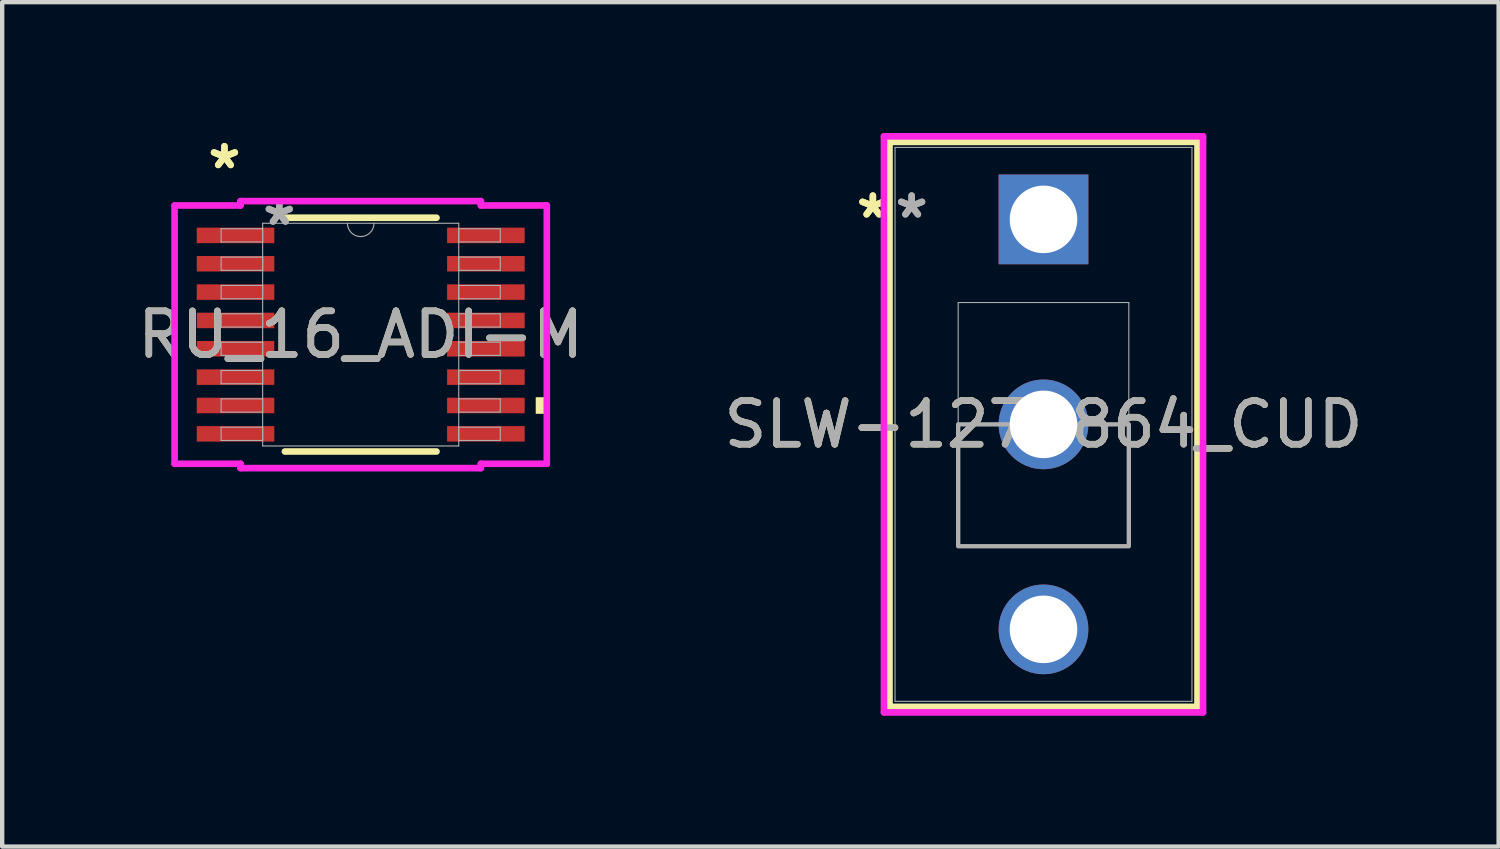
<source format=kicad_pcb>
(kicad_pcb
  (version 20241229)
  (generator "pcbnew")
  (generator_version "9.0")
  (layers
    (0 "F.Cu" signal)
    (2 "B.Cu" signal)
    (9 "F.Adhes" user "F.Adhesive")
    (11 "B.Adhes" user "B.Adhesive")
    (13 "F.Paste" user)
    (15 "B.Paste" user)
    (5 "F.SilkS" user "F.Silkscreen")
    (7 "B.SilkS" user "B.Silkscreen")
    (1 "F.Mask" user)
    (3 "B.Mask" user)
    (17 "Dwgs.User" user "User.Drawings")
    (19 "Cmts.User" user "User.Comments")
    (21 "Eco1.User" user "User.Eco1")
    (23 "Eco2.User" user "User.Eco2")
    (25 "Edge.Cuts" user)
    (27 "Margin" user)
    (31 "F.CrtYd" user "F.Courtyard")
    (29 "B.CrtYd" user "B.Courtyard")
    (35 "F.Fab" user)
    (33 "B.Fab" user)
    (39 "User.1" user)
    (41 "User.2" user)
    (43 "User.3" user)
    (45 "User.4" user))
  (footprint "SLW-1276864_CUD"
    (layer "F.Cu")
    (at 20.875 1.98)
    (property "Reference" "SLW-1276864_CUD" (at 0 4.7 0) (unlocked yes) (layer "F.SilkS") (effects (font (size 1 1) (thickness 0.15))))
    (attr through_hole)
    (fp_line (start -3.531 -1.777) (end -3.531 11.177) (stroke (width 0.152) (type solid)) (layer "F.SilkS"))
    (fp_line (start -3.531 11.177) (end 3.531 11.177) (stroke (width 0.152) (type solid)) (layer "F.SilkS"))
    (fp_line (start 3.531 -1.777) (end -3.531 -1.777) (stroke (width 0.152) (type solid)) (layer "F.SilkS"))
    (fp_line (start 3.531 11.177) (end 3.531 -1.777) (stroke (width 0.152) (type solid)) (layer "F.SilkS"))
    (fp_line (start -3.658 -1.904) (end -3.658 11.304) (stroke (width 0.152) (type solid)) (layer "F.CrtYd"))
    (fp_line (start -3.658 11.304) (end 3.658 11.304) (stroke (width 0.152) (type solid)) (layer "F.CrtYd"))
    (fp_line (start 3.658 -1.904) (end -3.658 -1.904) (stroke (width 0.152) (type solid)) (layer "F.CrtYd"))
    (fp_line (start 3.658 11.304) (end 3.658 -1.904) (stroke (width 0.152) (type solid)) (layer "F.CrtYd"))
    (fp_line (start -3.404 -1.65) (end -3.404 11.05) (stroke (width 0.025) (type solid)) (layer "F.Fab"))
    (fp_line (start -3.404 11.05) (end 3.404 11.05) (stroke (width 0.025) (type solid)) (layer "F.Fab"))
    (fp_line (start -1.956 1.906) (end 1.956 1.906) (stroke (width 0.025) (type solid)) (layer "F.Fab"))
    (fp_line (start -1.956 7.494) (end -1.956 1.906) (stroke (width 0.025) (type solid)) (layer "F.Fab"))
    (fp_line (start 1.956 1.906) (end 1.956 7.494) (stroke (width 0.025) (type solid)) (layer "F.Fab"))
    (fp_line (start 1.956 7.494) (end -1.956 7.494) (stroke (width 0.025) (type solid)) (layer "F.Fab"))
    (fp_line (start 3.404 -1.65) (end -3.404 -1.65) (stroke (width 0.025) (type solid)) (layer "F.Fab"))
    (fp_line (start 3.404 11.05) (end 3.404 -1.65) (stroke (width 0.025) (type solid)) (layer "F.Fab"))
    (fp_poly (pts (xy -1.956 7.494) (xy -1.956 4.7) (xy 1.956 4.7) (xy 1.956 7.494)) (stroke (width 0.1) (type solid)) (fill no) (layer "F.Fab"))
    (fp_text user "*" (at -3.912 0 0) (layer "F.SilkS") (effects (font (size 1 1) (thickness 0.15))))
    (fp_text user "*" (at -3.912 0 0) (unlocked yes) (layer "F.SilkS") (effects (font (size 1 1) (thickness 0.15))))
    (fp_text user "${REFERENCE}" (at 0 4.7 0) (unlocked yes) (layer "F.Fab") (effects (font (size 1 1) (thickness 0.15))))
    (fp_text user "*" (at -3.023 0 0) (layer "F.Fab") (effects (font (size 1 1) (thickness 0.15))))
    (fp_text user "*" (at -3.023 0 0) (unlocked yes) (layer "F.Fab") (effects (font (size 1 1) (thickness 0.15))))
    (pad "1" thru_hole rect (at 0 0) (size 2.057 2.057) (drill 1.549) (layers "*.Cu" "*.Mask"))
    (pad "2" thru_hole circle (at 0 4.7) (size 2.057 2.057) (drill 1.549) (layers "*.Cu" "*.Mask"))
    (pad "3" thru_hole circle (at 0 9.4) (size 2.057 2.057) (drill 1.549) (layers "*.Cu" "*.Mask")))
  (footprint "RU_16_ADI-M"
    (layer "F.Cu")
    (at 5.22 4.622)
    (property "Reference" "RU_16_ADI-M" (at 0 0 0) (unlocked yes) (layer "F.SilkS") (effects (font (size 1 1) (thickness 0.15))))
    (attr smd)
    (fp_line (start -1.738 2.68) (end 1.738 2.68) (stroke (width 0.152) (type solid)) (layer "F.SilkS"))
    (fp_line (start 1.738 -2.68) (end -1.738 -2.68) (stroke (width 0.152) (type solid)) (layer "F.SilkS"))
    (fp_poly (pts (xy 4.267 1.435) (xy 4.267 1.816) (xy 4.013 1.816) (xy 4.013 1.435)) (stroke (width 0) (type solid)) (fill yes) (layer "F.SilkS"))
    (fp_line (start -4.267 -2.961) (end -2.756 -2.961) (stroke (width 0.152) (type solid)) (layer "F.CrtYd"))
    (fp_line (start -4.267 2.961) (end -4.267 -2.961) (stroke (width 0.152) (type solid)) (layer "F.CrtYd"))
    (fp_line (start -4.267 2.961) (end -2.756 2.961) (stroke (width 0.152) (type solid)) (layer "F.CrtYd"))
    (fp_line (start -2.756 -3.061) (end 2.756 -3.061) (stroke (width 0.152) (type solid)) (layer "F.CrtYd"))
    (fp_line (start -2.756 -2.961) (end -2.756 -3.061) (stroke (width 0.152) (type solid)) (layer "F.CrtYd"))
    (fp_line (start -2.756 3.061) (end -2.756 2.961) (stroke (width 0.152) (type solid)) (layer "F.CrtYd"))
    (fp_line (start 2.756 -3.061) (end 2.756 -2.961) (stroke (width 0.152) (type solid)) (layer "F.CrtYd"))
    (fp_line (start 2.756 2.961) (end 2.756 3.061) (stroke (width 0.152) (type solid)) (layer "F.CrtYd"))
    (fp_line (start 2.756 3.061) (end -2.756 3.061) (stroke (width 0.152) (type solid)) (layer "F.CrtYd"))
    (fp_line (start 4.267 -2.961) (end 2.756 -2.961) (stroke (width 0.152) (type solid)) (layer "F.CrtYd"))
    (fp_line (start 4.267 -2.961) (end 4.267 2.961) (stroke (width 0.152) (type solid)) (layer "F.CrtYd"))
    (fp_line (start 4.267 2.961) (end 2.756 2.961) (stroke (width 0.152) (type solid)) (layer "F.CrtYd"))
    (fp_line (start -3.2 -2.427) (end -3.2 -2.123) (stroke (width 0.025) (type solid)) (layer "F.Fab"))
    (fp_line (start -3.2 -2.123) (end -2.248 -2.123) (stroke (width 0.025) (type solid)) (layer "F.Fab"))
    (fp_line (start -3.2 -1.777) (end -3.2 -1.473) (stroke (width 0.025) (type solid)) (layer "F.Fab"))
    (fp_line (start -3.2 -1.473) (end -2.248 -1.473) (stroke (width 0.025) (type solid)) (layer "F.Fab"))
    (fp_line (start -3.2 -1.127) (end -3.2 -0.823) (stroke (width 0.025) (type solid)) (layer "F.Fab"))
    (fp_line (start -3.2 -0.823) (end -2.248 -0.823) (stroke (width 0.025) (type solid)) (layer "F.Fab"))
    (fp_line (start -3.2 -0.477) (end -3.2 -0.173) (stroke (width 0.025) (type solid)) (layer "F.Fab"))
    (fp_line (start -3.2 -0.173) (end -2.248 -0.173) (stroke (width 0.025) (type solid)) (layer "F.Fab"))
    (fp_line (start -3.2 0.173) (end -3.2 0.477) (stroke (width 0.025) (type solid)) (layer "F.Fab"))
    (fp_line (start -3.2 0.477) (end -2.248 0.477) (stroke (width 0.025) (type solid)) (layer "F.Fab"))
    (fp_line (start -3.2 0.823) (end -3.2 1.127) (stroke (width 0.025) (type solid)) (layer "F.Fab"))
    (fp_line (start -3.2 1.127) (end -2.248 1.127) (stroke (width 0.025) (type solid)) (layer "F.Fab"))
    (fp_line (start -3.2 1.473) (end -3.2 1.777) (stroke (width 0.025) (type solid)) (layer "F.Fab"))
    (fp_line (start -3.2 1.777) (end -2.248 1.777) (stroke (width 0.025) (type solid)) (layer "F.Fab"))
    (fp_line (start -3.2 2.123) (end -3.2 2.427) (stroke (width 0.025) (type solid)) (layer "F.Fab"))
    (fp_line (start -3.2 2.427) (end -2.248 2.427) (stroke (width 0.025) (type solid)) (layer "F.Fab"))
    (fp_line (start -2.248 -2.553) (end -2.248 2.553) (stroke (width 0.025) (type solid)) (layer "F.Fab"))
    (fp_line (start -2.248 -2.427) (end -3.2 -2.427) (stroke (width 0.025) (type solid)) (layer "F.Fab"))
    (fp_line (start -2.248 -2.123) (end -2.248 -2.427) (stroke (width 0.025) (type solid)) (layer "F.Fab"))
    (fp_line (start -2.248 -1.777) (end -3.2 -1.777) (stroke (width 0.025) (type solid)) (layer "F.Fab"))
    (fp_line (start -2.248 -1.473) (end -2.248 -1.777) (stroke (width 0.025) (type solid)) (layer "F.Fab"))
    (fp_line (start -2.248 -1.127) (end -3.2 -1.127) (stroke (width 0.025) (type solid)) (layer "F.Fab"))
    (fp_line (start -2.248 -0.823) (end -2.248 -1.127) (stroke (width 0.025) (type solid)) (layer "F.Fab"))
    (fp_line (start -2.248 -0.477) (end -3.2 -0.477) (stroke (width 0.025) (type solid)) (layer "F.Fab"))
    (fp_line (start -2.248 -0.173) (end -2.248 -0.477) (stroke (width 0.025) (type solid)) (layer "F.Fab"))
    (fp_line (start -2.248 0.173) (end -3.2 0.173) (stroke (width 0.025) (type solid)) (layer "F.Fab"))
    (fp_line (start -2.248 0.477) (end -2.248 0.173) (stroke (width 0.025) (type solid)) (layer "F.Fab"))
    (fp_line (start -2.248 0.823) (end -3.2 0.823) (stroke (width 0.025) (type solid)) (layer "F.Fab"))
    (fp_line (start -2.248 1.127) (end -2.248 0.823) (stroke (width 0.025) (type solid)) (layer "F.Fab"))
    (fp_line (start -2.248 1.473) (end -3.2 1.473) (stroke (width 0.025) (type solid)) (layer "F.Fab"))
    (fp_line (start -2.248 1.777) (end -2.248 1.473) (stroke (width 0.025) (type solid)) (layer "F.Fab"))
    (fp_line (start -2.248 2.123) (end -3.2 2.123) (stroke (width 0.025) (type solid)) (layer "F.Fab"))
    (fp_line (start -2.248 2.427) (end -2.248 2.123) (stroke (width 0.025) (type solid)) (layer "F.Fab"))
    (fp_line (start -2.248 2.553) (end 2.248 2.553) (stroke (width 0.025) (type solid)) (layer "F.Fab"))
    (fp_line (start 2.248 -2.553) (end -2.248 -2.553) (stroke (width 0.025) (type solid)) (layer "F.Fab"))
    (fp_line (start 2.248 -2.427) (end 2.248 -2.123) (stroke (width 0.025) (type solid)) (layer "F.Fab"))
    (fp_line (start 2.248 -2.123) (end 3.2 -2.123) (stroke (width 0.025) (type solid)) (layer "F.Fab"))
    (fp_line (start 2.248 -1.777) (end 2.248 -1.473) (stroke (width 0.025) (type solid)) (layer "F.Fab"))
    (fp_line (start 2.248 -1.473) (end 3.2 -1.473) (stroke (width 0.025) (type solid)) (layer "F.Fab"))
    (fp_line (start 2.248 -1.127) (end 2.248 -0.823) (stroke (width 0.025) (type solid)) (layer "F.Fab"))
    (fp_line (start 2.248 -0.823) (end 3.2 -0.823) (stroke (width 0.025) (type solid)) (layer "F.Fab"))
    (fp_line (start 2.248 -0.477) (end 2.248 -0.173) (stroke (width 0.025) (type solid)) (layer "F.Fab"))
    (fp_line (start 2.248 -0.173) (end 3.2 -0.173) (stroke (width 0.025) (type solid)) (layer "F.Fab"))
    (fp_line (start 2.248 0.173) (end 2.248 0.477) (stroke (width 0.025) (type solid)) (layer "F.Fab"))
    (fp_line (start 2.248 0.477) (end 3.2 0.477) (stroke (width 0.025) (type solid)) (layer "F.Fab"))
    (fp_line (start 2.248 0.823) (end 2.248 1.127) (stroke (width 0.025) (type solid)) (layer "F.Fab"))
    (fp_line (start 2.248 1.127) (end 3.2 1.127) (stroke (width 0.025) (type solid)) (layer "F.Fab"))
    (fp_line (start 2.248 1.473) (end 2.248 1.777) (stroke (width 0.025) (type solid)) (layer "F.Fab"))
    (fp_line (start 2.248 1.777) (end 3.2 1.777) (stroke (width 0.025) (type solid)) (layer "F.Fab"))
    (fp_line (start 2.248 2.123) (end 2.248 2.427) (stroke (width 0.025) (type solid)) (layer "F.Fab"))
    (fp_line (start 2.248 2.427) (end 3.2 2.427) (stroke (width 0.025) (type solid)) (layer "F.Fab"))
    (fp_line (start 2.248 2.553) (end 2.248 -2.553) (stroke (width 0.025) (type solid)) (layer "F.Fab"))
    (fp_line (start 3.2 -2.427) (end 2.248 -2.427) (stroke (width 0.025) (type solid)) (layer "F.Fab"))
    (fp_line (start 3.2 -2.123) (end 3.2 -2.427) (stroke (width 0.025) (type solid)) (layer "F.Fab"))
    (fp_line (start 3.2 -1.777) (end 2.248 -1.777) (stroke (width 0.025) (type solid)) (layer "F.Fab"))
    (fp_line (start 3.2 -1.473) (end 3.2 -1.777) (stroke (width 0.025) (type solid)) (layer "F.Fab"))
    (fp_line (start 3.2 -1.127) (end 2.248 -1.127) (stroke (width 0.025) (type solid)) (layer "F.Fab"))
    (fp_line (start 3.2 -0.823) (end 3.2 -1.127) (stroke (width 0.025) (type solid)) (layer "F.Fab"))
    (fp_line (start 3.2 -0.477) (end 2.248 -0.477) (stroke (width 0.025) (type solid)) (layer "F.Fab"))
    (fp_line (start 3.2 -0.173) (end 3.2 -0.477) (stroke (width 0.025) (type solid)) (layer "F.Fab"))
    (fp_line (start 3.2 0.173) (end 2.248 0.173) (stroke (width 0.025) (type solid)) (layer "F.Fab"))
    (fp_line (start 3.2 0.477) (end 3.2 0.173) (stroke (width 0.025) (type solid)) (layer "F.Fab"))
    (fp_line (start 3.2 0.823) (end 2.248 0.823) (stroke (width 0.025) (type solid)) (layer "F.Fab"))
    (fp_line (start 3.2 1.127) (end 3.2 0.823) (stroke (width 0.025) (type solid)) (layer "F.Fab"))
    (fp_line (start 3.2 1.473) (end 2.248 1.473) (stroke (width 0.025) (type solid)) (layer "F.Fab"))
    (fp_line (start 3.2 1.777) (end 3.2 1.473) (stroke (width 0.025) (type solid)) (layer "F.Fab"))
    (fp_line (start 3.2 2.123) (end 2.248 2.123) (stroke (width 0.025) (type solid)) (layer "F.Fab"))
    (fp_line (start 3.2 2.427) (end 3.2 2.123) (stroke (width 0.025) (type solid)) (layer "F.Fab"))
    (fp_arc (start 0.3048 -2.5527) (mid 0 -2.2479) (end -0.3048 -2.5527) (stroke (width 0.0254) (type solid)) (layer "F.Fab"))
    (fp_text user "*" (at -3.124 -3.774 0) (unlocked yes) (layer "F.SilkS") (effects (font (size 1 1) (thickness 0.15))))
    (fp_text user "*" (at -3.124 -3.774 0) (layer "F.SilkS") (effects (font (size 1 1) (thickness 0.15))))
    (fp_text user "*" (at -1.867 -2.477 0) (unlocked yes) (layer "F.Fab") (effects (font (size 1 1) (thickness 0.15))))
    (fp_text user "*" (at -1.867 -2.477 0) (layer "F.Fab") (effects (font (size 1 1) (thickness 0.15))))
    (fp_text user "${REFERENCE}" (at 0 0 0) (unlocked yes) (layer "F.Fab") (effects (font (size 1 1) (thickness 0.15))))
    (pad "1" smd rect (at -2.87 -2.275) (size 1.778 0.356) (layers "F.Cu" "F.Mask" "F.Paste"))
    (pad "2" smd rect (at -2.87 -1.625) (size 1.778 0.356) (layers "F.Cu" "F.Mask" "F.Paste"))
    (pad "3" smd rect (at -2.87 -0.975) (size 1.778 0.356) (layers "F.Cu" "F.Mask" "F.Paste"))
    (pad "4" smd rect (at -2.87 -0.325) (size 1.778 0.356) (layers "F.Cu" "F.Mask" "F.Paste"))
    (pad "5" smd rect (at -2.87 0.325) (size 1.778 0.356) (layers "F.Cu" "F.Mask" "F.Paste"))
    (pad "6" smd rect (at -2.87 0.975) (size 1.778 0.356) (layers "F.Cu" "F.Mask" "F.Paste"))
    (pad "7" smd rect (at -2.87 1.625) (size 1.778 0.356) (layers "F.Cu" "F.Mask" "F.Paste"))
    (pad "8" smd rect (at -2.87 2.275) (size 1.778 0.356) (layers "F.Cu" "F.Mask" "F.Paste"))
    (pad "9" smd rect (at 2.87 2.275) (size 1.778 0.356) (layers "F.Cu" "F.Mask" "F.Paste"))
    (pad "10" smd rect (at 2.87 1.625) (size 1.778 0.356) (layers "F.Cu" "F.Mask" "F.Paste"))
    (pad "11" smd rect (at 2.87 0.975) (size 1.778 0.356) (layers "F.Cu" "F.Mask" "F.Paste"))
    (pad "12" smd rect (at 2.87 0.325) (size 1.778 0.356) (layers "F.Cu" "F.Mask" "F.Paste"))
    (pad "13" smd rect (at 2.87 -0.325) (size 1.778 0.356) (layers "F.Cu" "F.Mask" "F.Paste"))
    (pad "14" smd rect (at 2.87 -0.975) (size 1.778 0.356) (layers "F.Cu" "F.Mask" "F.Paste"))
    (pad "15" smd rect (at 2.87 -1.625) (size 1.778 0.356) (layers "F.Cu" "F.Mask" "F.Paste"))
    (pad "16" smd rect (at 2.87 -2.275) (size 1.778 0.356) (layers "F.Cu" "F.Mask" "F.Paste")))
  (gr_rect
    (start -3 -3)
    (end 31.31 16.36)
    (stroke (width 0.1) (type default))
    (fill no)
    (layer "Edge.Cuts")))
</source>
